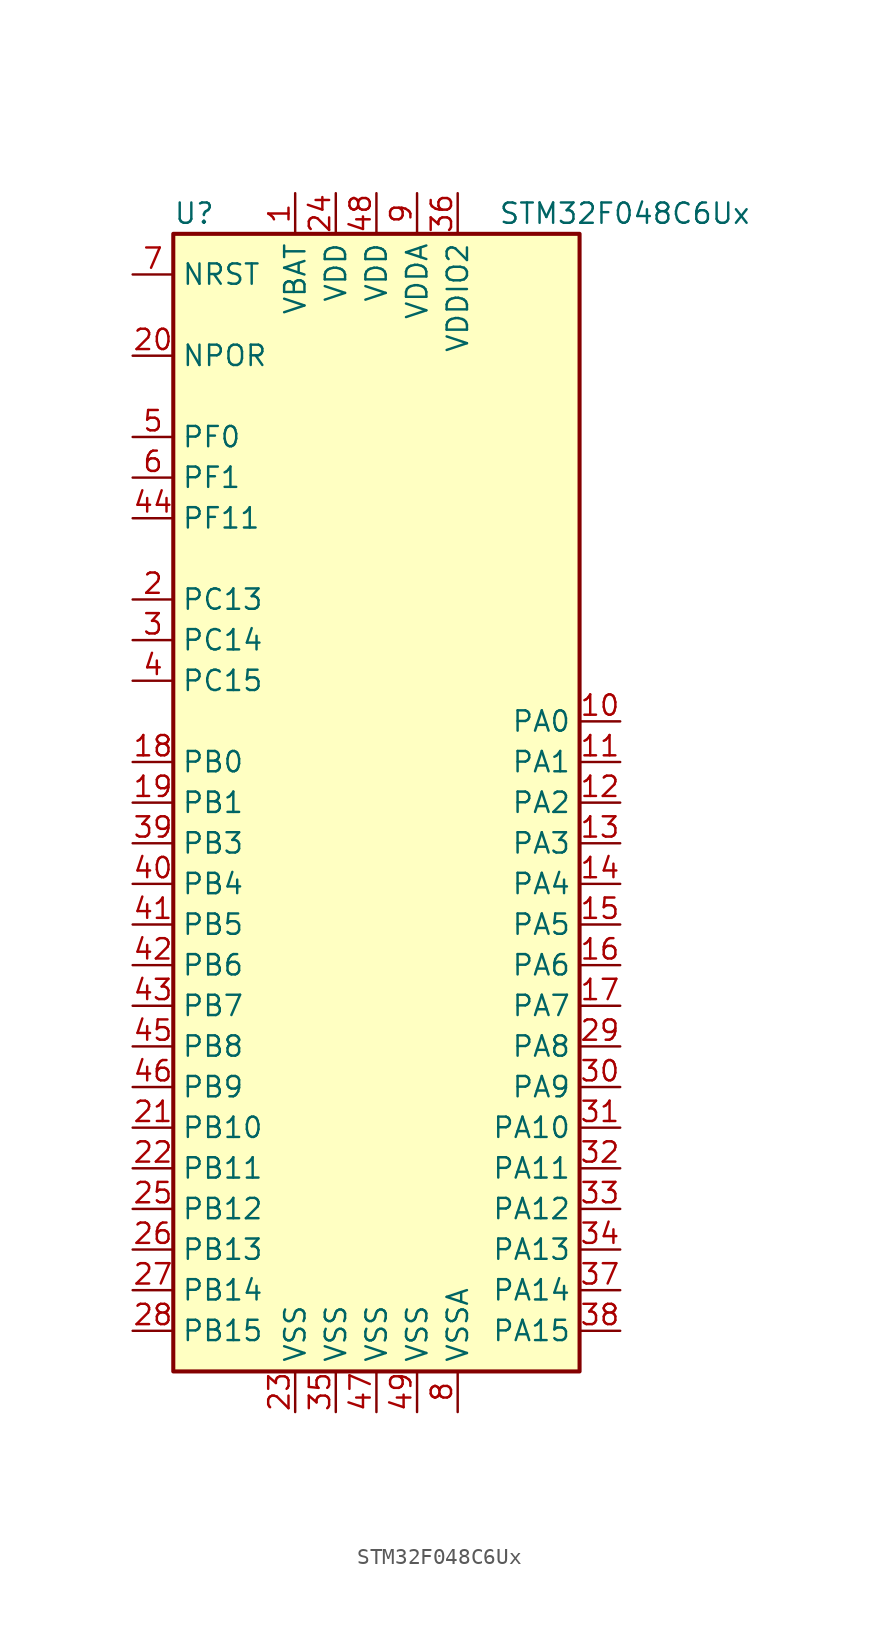
<source format=kicad_sym>
(kicad_symbol_lib
  (version 20211014)
  (generator kicad_symbol_editor)
  (symbol "STM32F048C6Ux"
    (property "Reference" "U"
      (at -12.7 36.83 0)
      (effects (font (size 1.27 1.27)) (justify left)))
    (property "Value" "STM32F048C6Ux"
      (at 7.62 36.83 0)
      (effects (font (size 1.27 1.27)) (justify left)))
    (symbol "STM32F048C6Ux_0_1"
      (rectangle (start -12.7 -35.56) (end 12.7 35.56) (stroke (width 0.254) (type default) (color 0 0 0 0)) (fill (type background))))
    (symbol "STM32F048C6Ux_1_1"
      (pin power_in line (at -5.08 38.1 270) (length 2.54) (name "VBAT" (effects (font (size 1.27 1.27)))) (number "1" (effects (font (size 1.27 1.27)))))
      (pin bidirectional line (at 15.24 5.08 180) (length 2.54) (name "PA0" (effects (font (size 1.27 1.27)))) (number "10" (effects (font (size 1.27 1.27)))))
      (pin bidirectional line (at 15.24 2.54 180) (length 2.54) (name "PA1" (effects (font (size 1.27 1.27)))) (number "11" (effects (font (size 1.27 1.27)))))
      (pin bidirectional line (at 15.24 0 180) (length 2.54) (name "PA2" (effects (font (size 1.27 1.27)))) (number "12" (effects (font (size 1.27 1.27)))))
      (pin bidirectional line (at 15.24 -2.54 180) (length 2.54) (name "PA3" (effects (font (size 1.27 1.27)))) (number "13" (effects (font (size 1.27 1.27)))))
      (pin bidirectional line (at 15.24 -5.08 180) (length 2.54) (name "PA4" (effects (font (size 1.27 1.27)))) (number "14" (effects (font (size 1.27 1.27)))))
      (pin bidirectional line (at 15.24 -7.62 180) (length 2.54) (name "PA5" (effects (font (size 1.27 1.27)))) (number "15" (effects (font (size 1.27 1.27)))))
      (pin bidirectional line (at 15.24 -10.16 180) (length 2.54) (name "PA6" (effects (font (size 1.27 1.27)))) (number "16" (effects (font (size 1.27 1.27)))))
      (pin bidirectional line (at 15.24 -12.7 180) (length 2.54) (name "PA7" (effects (font (size 1.27 1.27)))) (number "17" (effects (font (size 1.27 1.27)))))
      (pin bidirectional line (at -15.24 2.54 0) (length 2.54) (name "PB0" (effects (font (size 1.27 1.27)))) (number "18" (effects (font (size 1.27 1.27)))))
      (pin bidirectional line (at -15.24 0 0) (length 2.54) (name "PB1" (effects (font (size 1.27 1.27)))) (number "19" (effects (font (size 1.27 1.27)))))
      (pin bidirectional line (at -15.24 12.7 0) (length 2.54) (name "PC13" (effects (font (size 1.27 1.27)))) (number "2" (effects (font (size 1.27 1.27)))))
      (pin power_in line (at -15.24 27.94 0) (length 2.54) (name "NPOR" (effects (font (size 1.27 1.27)))) (number "20" (effects (font (size 1.27 1.27)))))
      (pin bidirectional line (at -15.24 -20.32 0) (length 2.54) (name "PB10" (effects (font (size 1.27 1.27)))) (number "21" (effects (font (size 1.27 1.27)))))
      (pin bidirectional line (at -15.24 -22.86 0) (length 2.54) (name "PB11" (effects (font (size 1.27 1.27)))) (number "22" (effects (font (size 1.27 1.27)))))
      (pin power_in line (at -5.08 -38.1 90) (length 2.54) (name "VSS" (effects (font (size 1.27 1.27)))) (number "23" (effects (font (size 1.27 1.27)))))
      (pin power_in line (at -2.54 38.1 270) (length 2.54) (name "VDD" (effects (font (size 1.27 1.27)))) (number "24" (effects (font (size 1.27 1.27)))))
      (pin bidirectional line (at -15.24 -25.4 0) (length 2.54) (name "PB12" (effects (font (size 1.27 1.27)))) (number "25" (effects (font (size 1.27 1.27)))))
      (pin bidirectional line (at -15.24 -27.94 0) (length 2.54) (name "PB13" (effects (font (size 1.27 1.27)))) (number "26" (effects (font (size 1.27 1.27)))))
      (pin bidirectional line (at -15.24 -30.48 0) (length 2.54) (name "PB14" (effects (font (size 1.27 1.27)))) (number "27" (effects (font (size 1.27 1.27)))))
      (pin bidirectional line (at -15.24 -33.02 0) (length 2.54) (name "PB15" (effects (font (size 1.27 1.27)))) (number "28" (effects (font (size 1.27 1.27)))))
      (pin bidirectional line (at 15.24 -15.24 180) (length 2.54) (name "PA8" (effects (font (size 1.27 1.27)))) (number "29" (effects (font (size 1.27 1.27)))))
      (pin bidirectional line (at -15.24 10.16 0) (length 2.54) (name "PC14" (effects (font (size 1.27 1.27)))) (number "3" (effects (font (size 1.27 1.27)))))
      (pin bidirectional line (at 15.24 -17.78 180) (length 2.54) (name "PA9" (effects (font (size 1.27 1.27)))) (number "30" (effects (font (size 1.27 1.27)))))
      (pin bidirectional line (at 15.24 -20.32 180) (length 2.54) (name "PA10" (effects (font (size 1.27 1.27)))) (number "31" (effects (font (size 1.27 1.27)))))
      (pin bidirectional line (at 15.24 -22.86 180) (length 2.54) (name "PA11" (effects (font (size 1.27 1.27)))) (number "32" (effects (font (size 1.27 1.27)))))
      (pin bidirectional line (at 15.24 -25.4 180) (length 2.54) (name "PA12" (effects (font (size 1.27 1.27)))) (number "33" (effects (font (size 1.27 1.27)))))
      (pin bidirectional line (at 15.24 -27.94 180) (length 2.54) (name "PA13" (effects (font (size 1.27 1.27)))) (number "34" (effects (font (size 1.27 1.27)))))
      (pin power_in line (at -2.54 -38.1 90) (length 2.54) (name "VSS" (effects (font (size 1.27 1.27)))) (number "35" (effects (font (size 1.27 1.27)))))
      (pin power_in line (at 5.08 38.1 270) (length 2.54) (name "VDDIO2" (effects (font (size 1.27 1.27)))) (number "36" (effects (font (size 1.27 1.27)))))
      (pin bidirectional line (at 15.24 -30.48 180) (length 2.54) (name "PA14" (effects (font (size 1.27 1.27)))) (number "37" (effects (font (size 1.27 1.27)))))
      (pin bidirectional line (at 15.24 -33.02 180) (length 2.54) (name "PA15" (effects (font (size 1.27 1.27)))) (number "38" (effects (font (size 1.27 1.27)))))
      (pin bidirectional line (at -15.24 -2.54 0) (length 2.54) (name "PB3" (effects (font (size 1.27 1.27)))) (number "39" (effects (font (size 1.27 1.27)))))
      (pin bidirectional line (at -15.24 7.62 0) (length 2.54) (name "PC15" (effects (font (size 1.27 1.27)))) (number "4" (effects (font (size 1.27 1.27)))))
      (pin bidirectional line (at -15.24 -5.08 0) (length 2.54) (name "PB4" (effects (font (size 1.27 1.27)))) (number "40" (effects (font (size 1.27 1.27)))))
      (pin bidirectional line (at -15.24 -7.62 0) (length 2.54) (name "PB5" (effects (font (size 1.27 1.27)))) (number "41" (effects (font (size 1.27 1.27)))))
      (pin bidirectional line (at -15.24 -10.16 0) (length 2.54) (name "PB6" (effects (font (size 1.27 1.27)))) (number "42" (effects (font (size 1.27 1.27)))))
      (pin bidirectional line (at -15.24 -12.7 0) (length 2.54) (name "PB7" (effects (font (size 1.27 1.27)))) (number "43" (effects (font (size 1.27 1.27)))))
      (pin bidirectional line (at -15.24 17.78 0) (length 2.54) (name "PF11" (effects (font (size 1.27 1.27)))) (number "44" (effects (font (size 1.27 1.27)))))
      (pin bidirectional line (at -15.24 -15.24 0) (length 2.54) (name "PB8" (effects (font (size 1.27 1.27)))) (number "45" (effects (font (size 1.27 1.27)))))
      (pin bidirectional line (at -15.24 -17.78 0) (length 2.54) (name "PB9" (effects (font (size 1.27 1.27)))) (number "46" (effects (font (size 1.27 1.27)))))
      (pin power_in line (at 0 -38.1 90) (length 2.54) (name "VSS" (effects (font (size 1.27 1.27)))) (number "47" (effects (font (size 1.27 1.27)))))
      (pin power_in line (at 0 38.1 270) (length 2.54) (name "VDD" (effects (font (size 1.27 1.27)))) (number "48" (effects (font (size 1.27 1.27)))))
      (pin power_in line (at 2.54 -38.1 90) (length 2.54) (name "VSS" (effects (font (size 1.27 1.27)))) (number "49" (effects (font (size 1.27 1.27)))))
      (pin input line (at -15.24 22.86 0) (length 2.54) (name "PF0" (effects (font (size 1.27 1.27)))) (number "5" (effects (font (size 1.27 1.27)))))
      (pin input line (at -15.24 20.32 0) (length 2.54) (name "PF1" (effects (font (size 1.27 1.27)))) (number "6" (effects (font (size 1.27 1.27)))))
      (pin input line (at -15.24 33.02 0) (length 2.54) (name "NRST" (effects (font (size 1.27 1.27)))) (number "7" (effects (font (size 1.27 1.27)))))
      (pin power_in line (at 5.08 -38.1 90) (length 2.54) (name "VSSA" (effects (font (size 1.27 1.27)))) (number "8" (effects (font (size 1.27 1.27)))))
      (pin power_in line (at 2.54 38.1 270) (length 2.54) (name "VDDA" (effects (font (size 1.27 1.27)))) (number "9" (effects (font (size 1.27 1.27))))))))
</source>
